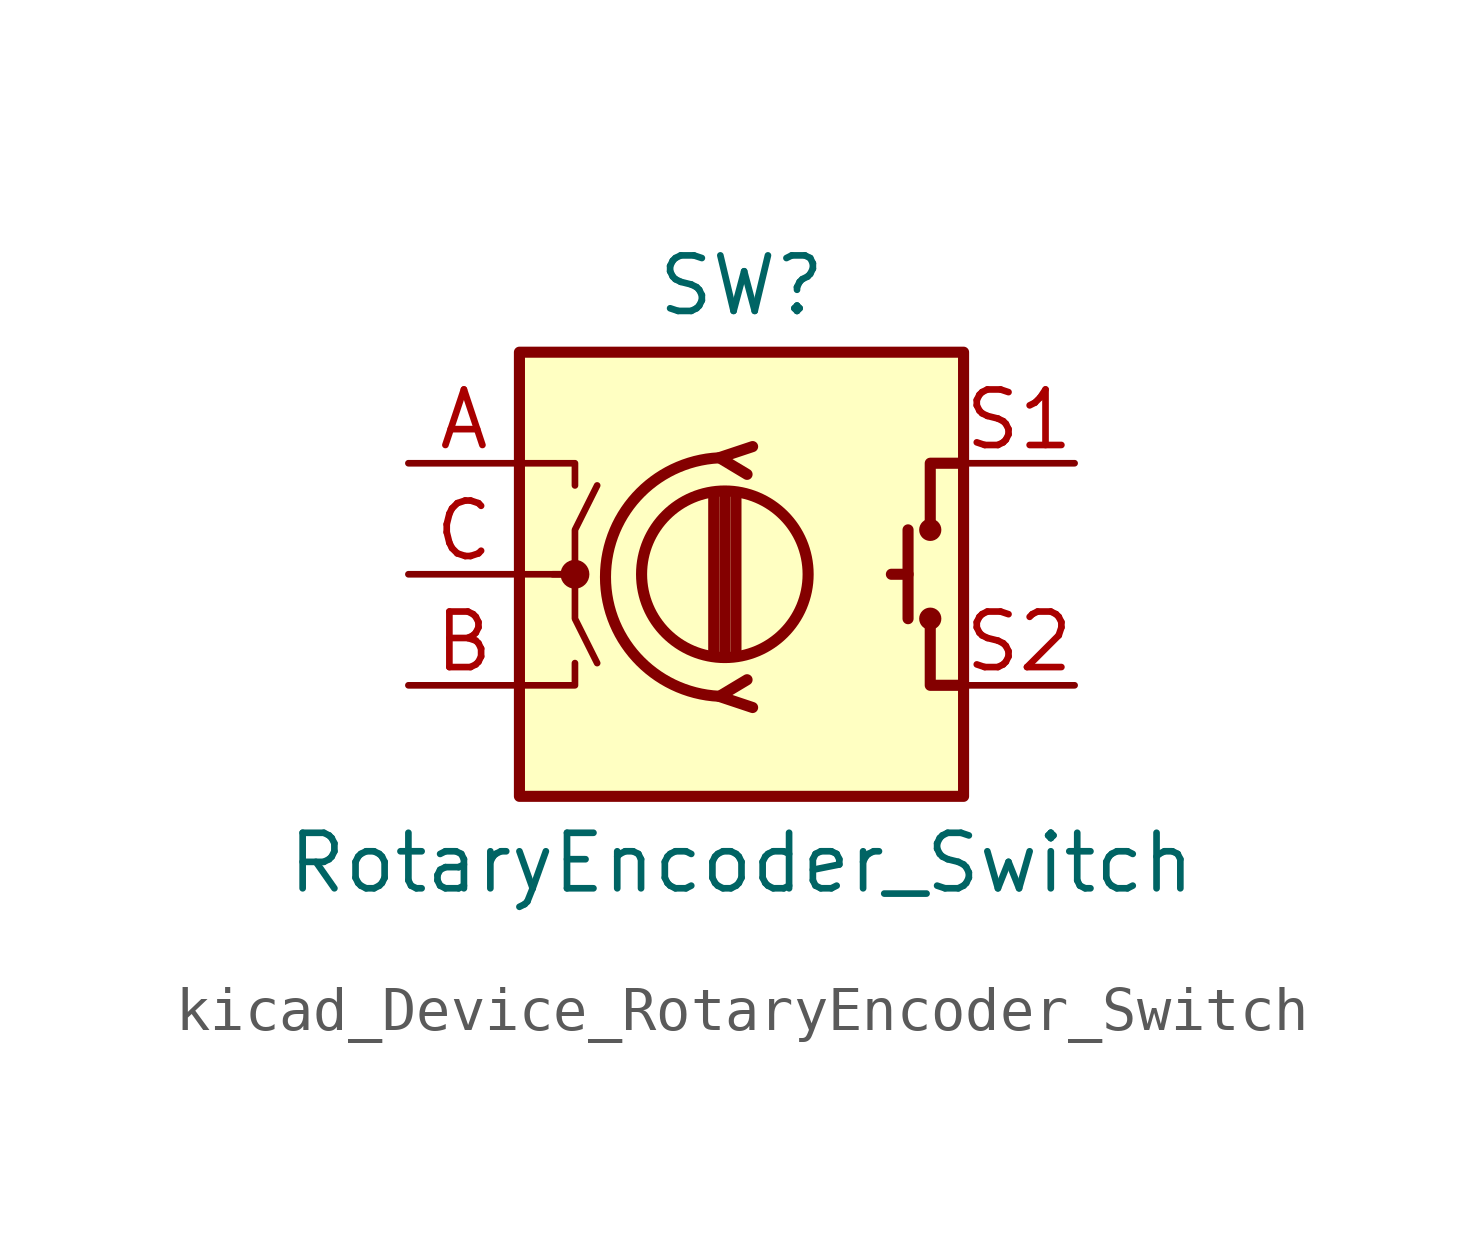
<source format=kicad_sym>
(kicad_symbol_lib
  (version 20220914)
  (generator kicad_symbol_editor)
  (symbol "kicad_Device_RotaryEncoder_Switch"
    (pin_names
      (offset 0.254) hide)
    (property "Reference" "SW"
      (at 0 6.604 0)
      (effects (font (size 1.27 1.27))))
    (property "Value" "RotaryEncoder_Switch"
      (at 0 -6.604 0)
      (effects (font (size 1.27 1.27))))
    (symbol "kicad_Device_RotaryEncoder_Switch_0_1"
      (rectangle (start -5.08 5.08) (end 5.08 -5.08) (stroke (width 0.254) (type default)) (fill (type background)))
      (circle (center -3.81 0) (radius 0.254) (stroke (width 0) (type default)) (fill (type outline)))
      (circle (center -0.381 0) (radius 1.905) (stroke (width 0.254) (type default)) (fill (type none)))
      (arc (start -0.381 2.667) (mid -3.0988 -0.0635) (end -0.381 -2.794) (stroke (width 0.254) (type default)) (fill (type none)))
      (polyline (pts (xy -0.635 -1.778) (xy -0.635 1.778)) (stroke (width 0.254) (type default)) (fill (type none)))
      (polyline (pts (xy -0.381 -1.778) (xy -0.381 1.778)) (stroke (width 0.254) (type default)) (fill (type none)))
      (polyline (pts (xy -0.127 1.778) (xy -0.127 -1.778)) (stroke (width 0.254) (type default)) (fill (type none)))
      (polyline (pts (xy 3.81 0) (xy 3.429 0)) (stroke (width 0.254) (type default)) (fill (type none)))
      (polyline (pts (xy 3.81 1.016) (xy 3.81 -1.016)) (stroke (width 0.254) (type default)) (fill (type none)))
      (polyline (pts (xy -5.08 -2.54) (xy -3.81 -2.54) (xy -3.81 -2.032)) (stroke (width 0) (type default)) (fill (type none)))
      (polyline (pts (xy -5.08 2.54) (xy -3.81 2.54) (xy -3.81 2.032)) (stroke (width 0) (type default)) (fill (type none)))
      (polyline (pts (xy 0.254 -3.048) (xy -0.508 -2.794) (xy 0.127 -2.413)) (stroke (width 0.254) (type default)) (fill (type none)))
      (polyline (pts (xy 0.254 2.921) (xy -0.508 2.667) (xy 0.127 2.286)) (stroke (width 0.254) (type default)) (fill (type none)))
      (polyline (pts (xy 5.08 -2.54) (xy 4.318 -2.54) (xy 4.318 -1.016)) (stroke (width 0.254) (type default)) (fill (type none)))
      (polyline (pts (xy 5.08 2.54) (xy 4.318 2.54) (xy 4.318 1.016)) (stroke (width 0.254) (type default)) (fill (type none)))
      (polyline (pts (xy -5.08 0) (xy -3.81 0) (xy -3.81 -1.016) (xy -3.302 -2.032)) (stroke (width 0) (type default)) (fill (type none)))
      (polyline (pts (xy -4.318 0) (xy -3.81 0) (xy -3.81 1.016) (xy -3.302 2.032)) (stroke (width 0) (type default)) (fill (type none)))
      (circle (center 4.318 -1.016) (radius 0.127) (stroke (width 0.254) (type default)) (fill (type none)))
      (circle (center 4.318 1.016) (radius 0.127) (stroke (width 0.254) (type default)) (fill (type none))))
    (symbol "kicad_Device_RotaryEncoder_Switch_1_1"
      (pin passive line (at -7.62 2.54 0) (length 2.54) (name "A" (effects (font (size 1.27 1.27)))) (number "A" (effects (font (size 1.27 1.27)))))
      (pin passive line (at -7.62 -2.54 0) (length 2.54) (name "B" (effects (font (size 1.27 1.27)))) (number "B" (effects (font (size 1.27 1.27)))))
      (pin passive line (at -7.62 0 0) (length 2.54) (name "C" (effects (font (size 1.27 1.27)))) (number "C" (effects (font (size 1.27 1.27)))))
      (pin passive line (at 7.62 2.54 180) (length 2.54) (name "S1" (effects (font (size 1.27 1.27)))) (number "S1" (effects (font (size 1.27 1.27)))))
      (pin passive line (at 7.62 -2.54 180) (length 2.54) (name "S2" (effects (font (size 1.27 1.27)))) (number "S2" (effects (font (size 1.27 1.27))))))))
</source>
